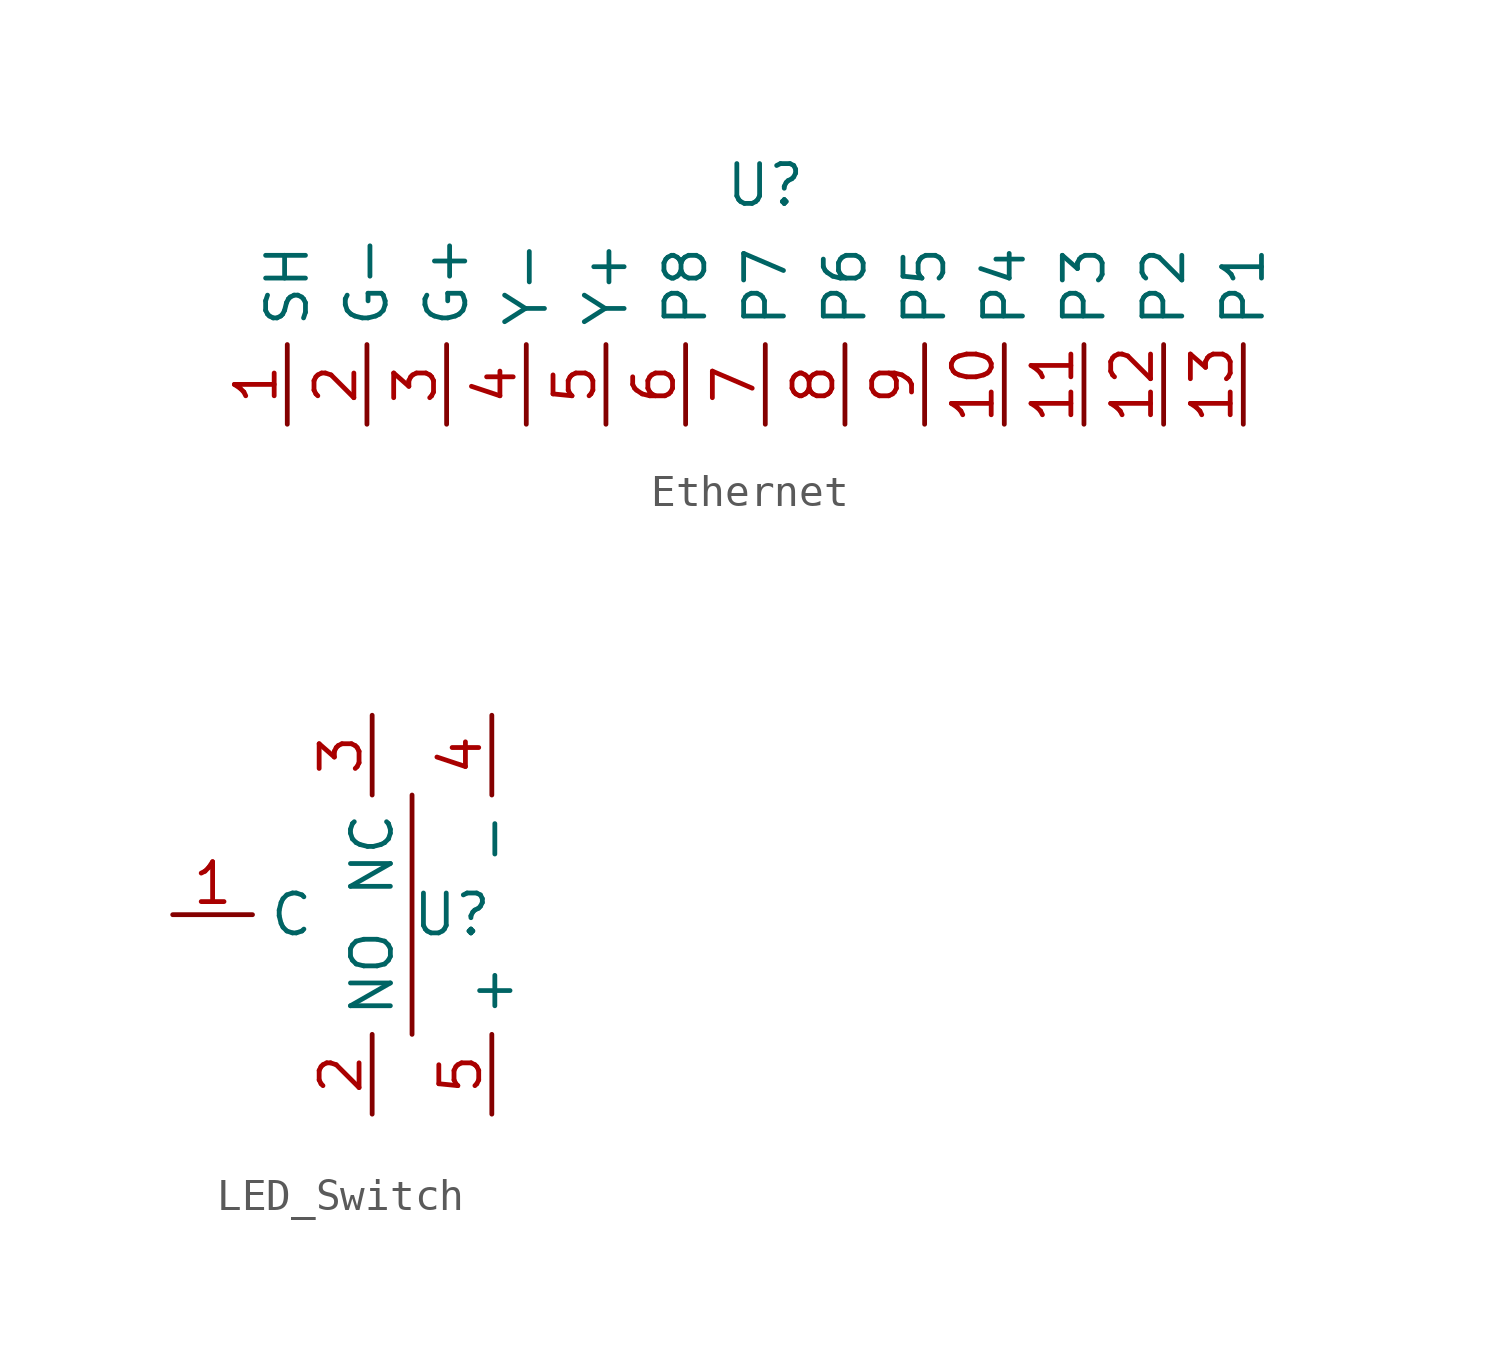
<source format=kicad_sym>
(kicad_symbol_lib
  (version 20231120)
  (generator "kicad_symbol_editor")
  (generator_version "8.0")
  (symbol "Ethernet"
    (property "Reference" "U"
      (at 0 0 0)
      (effects (font (size 1.27 1.27))))
    (property "Value" ""
      (at 0 0 0)
      (effects (font (size 1.27 1.27))))
    (symbol "Ethernet_1_1"
      (pin input line (at -15.24 -7.62 90) (length 2.54) (name "SH" (effects (font (size 1.27 1.27)))) (number "1" (effects (font (size 1.27 1.27)))))
      (pin input line (at 7.62 -7.62 90) (length 2.54) (name "P4" (effects (font (size 1.27 1.27)))) (number "10" (effects (font (size 1.27 1.27)))))
      (pin input line (at 10.16 -7.62 90) (length 2.54) (name "P3" (effects (font (size 1.27 1.27)))) (number "11" (effects (font (size 1.27 1.27)))))
      (pin input line (at 12.7 -7.62 90) (length 2.54) (name "P2" (effects (font (size 1.27 1.27)))) (number "12" (effects (font (size 1.27 1.27)))))
      (pin input line (at 15.24 -7.62 90) (length 2.54) (name "P1" (effects (font (size 1.27 1.27)))) (number "13" (effects (font (size 1.27 1.27)))))
      (pin input line (at -12.7 -7.62 90) (length 2.54) (name "G-" (effects (font (size 1.27 1.27)))) (number "2" (effects (font (size 1.27 1.27)))))
      (pin input line (at -10.16 -7.62 90) (length 2.54) (name "G+" (effects (font (size 1.27 1.27)))) (number "3" (effects (font (size 1.27 1.27)))))
      (pin input line (at -7.62 -7.62 90) (length 2.54) (name "Y-" (effects (font (size 1.27 1.27)))) (number "4" (effects (font (size 1.27 1.27)))))
      (pin input line (at -5.08 -7.62 90) (length 2.54) (name "Y+" (effects (font (size 1.27 1.27)))) (number "5" (effects (font (size 1.27 1.27)))))
      (pin input line (at -2.54 -7.62 90) (length 2.54) (name "P8" (effects (font (size 1.27 1.27)))) (number "6" (effects (font (size 1.27 1.27)))))
      (pin input line (at 0 -7.62 90) (length 2.54) (name "P7" (effects (font (size 1.27 1.27)))) (number "7" (effects (font (size 1.27 1.27)))))
      (pin input line (at 2.54 -7.62 90) (length 2.54) (name "P6" (effects (font (size 1.27 1.27)))) (number "8" (effects (font (size 1.27 1.27)))))
      (pin input line (at 5.08 -7.62 90) (length 2.54) (name "P5" (effects (font (size 1.27 1.27)))) (number "9" (effects (font (size 1.27 1.27)))))))
  (symbol "LED_Switch"
    (property "Reference" "U"
      (at 3.81 -3.81 0)
      (effects (font (size 1.27 1.27))))
    (property "Value" ""
      (at 0 0 0)
      (effects (font (size 1.27 1.27))))
    (symbol "LED_Switch_0_1"
      (polyline (pts (xy 2.54 0) (xy 2.54 -7.62)) (stroke (width 0) (type default)) (fill (type none))))
    (symbol "LED_Switch_1_1"
      (pin input line (at -5.08 -3.81 0) (length 2.54) (name "C" (effects (font (size 1.27 1.27)))) (number "1" (effects (font (size 1.27 1.27)))))
      (pin output line (at 1.27 -10.16 90) (length 2.54) (name "NO" (effects (font (size 1.27 1.27)))) (number "2" (effects (font (size 1.27 1.27)))))
      (pin output line (at 1.27 2.54 270) (length 2.54) (name "NC" (effects (font (size 1.27 1.27)))) (number "3" (effects (font (size 1.27 1.27)))))
      (pin output line (at 5.08 2.54 270) (length 2.54) (name "-" (effects (font (size 1.27 1.27)))) (number "4" (effects (font (size 1.27 1.27)))))
      (pin input line (at 5.08 -10.16 90) (length 2.54) (name "+" (effects (font (size 1.27 1.27)))) (number "5" (effects (font (size 1.27 1.27))))))))
</source>
